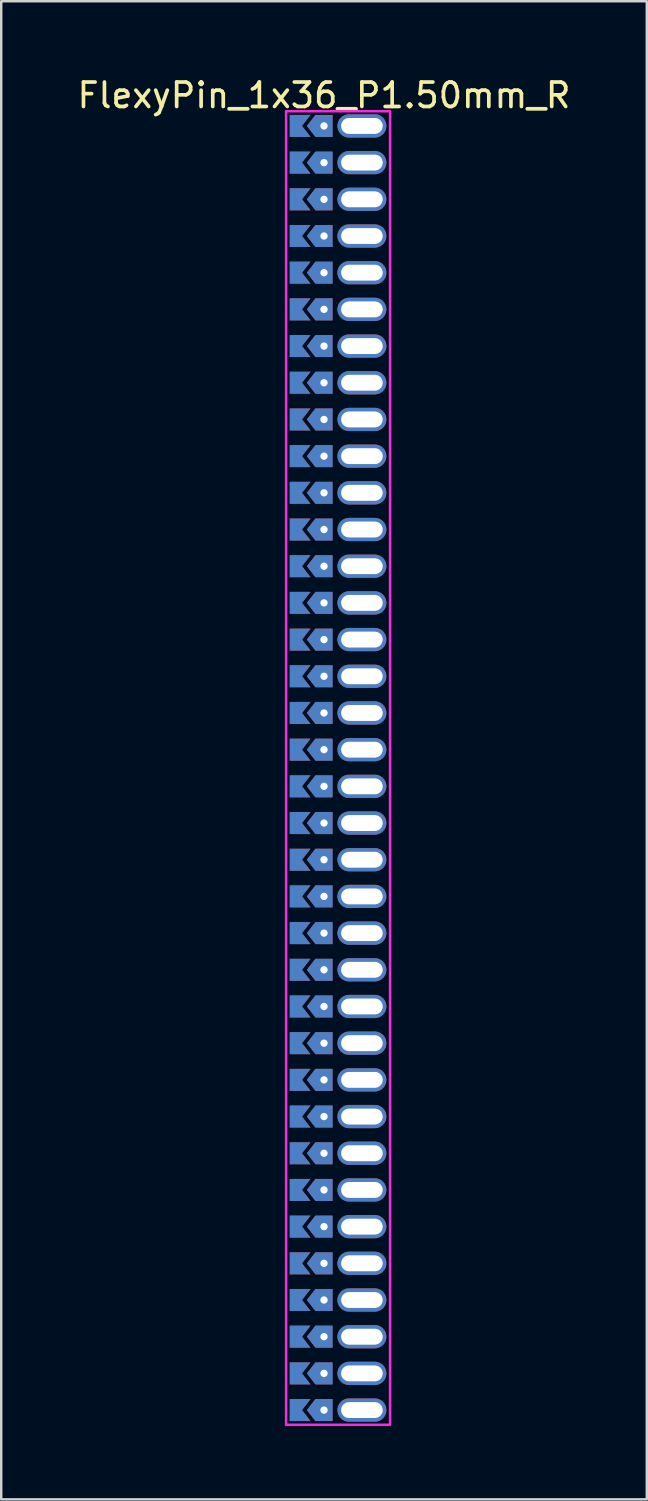
<source format=kicad_pcb>
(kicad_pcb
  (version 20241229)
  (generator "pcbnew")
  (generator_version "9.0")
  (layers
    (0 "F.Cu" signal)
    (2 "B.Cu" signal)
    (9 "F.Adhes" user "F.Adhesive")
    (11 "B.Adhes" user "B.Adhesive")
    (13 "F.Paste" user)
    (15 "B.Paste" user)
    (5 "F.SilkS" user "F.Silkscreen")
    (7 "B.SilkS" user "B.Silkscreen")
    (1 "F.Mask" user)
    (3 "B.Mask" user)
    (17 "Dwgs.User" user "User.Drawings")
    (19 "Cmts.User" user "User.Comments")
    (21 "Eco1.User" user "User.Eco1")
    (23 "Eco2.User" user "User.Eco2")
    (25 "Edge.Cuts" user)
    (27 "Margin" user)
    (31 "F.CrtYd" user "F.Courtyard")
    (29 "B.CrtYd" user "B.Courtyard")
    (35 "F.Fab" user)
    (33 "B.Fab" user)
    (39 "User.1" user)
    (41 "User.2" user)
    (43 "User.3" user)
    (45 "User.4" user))
  (footprint "FlexyPin_1x36_P1.50mm_R"
    (layer "F.Cu")
    (at 10.196 2.098)
    (property "Reference" "FlexyPin_1x36_P1.50mm_R" (at 0 -1.25 0) (layer "F.SilkS") (effects (font (size 1 1) (thickness 0.15))))
    (attr through_hole)
    (fp_line (start -1.55 -0.6) (end 2.7 -0.6) (stroke (width 0.1) (type solid)) (layer "F.CrtYd"))
    (fp_line (start -1.55 53.1) (end -1.55 -0.6) (stroke (width 0.1) (type solid)) (layer "F.CrtYd"))
    (fp_line (start 2.7 -0.6) (end 2.7 53.1) (stroke (width 0.1) (type solid)) (layer "F.CrtYd"))
    (fp_line (start 2.7 53.1) (end -1.55 53.1) (stroke (width 0.1) (type solid)) (layer "F.CrtYd"))
    (pad "" thru_hole custom (at 0 0) (size 0.3 0.3) (drill 0.6) (layers "*.Cu" "*.Mask") (options (anchor rect)) (primitives (gr_poly (pts (xy 0.35 0.45) (xy 0.35 -0.45) (xy -0.35 -0.45) (xy -0.7 0) (xy -0.35 0.45)) (width 0) (fill yes))))
    (pad "" thru_hole custom (at 0 1.5) (size 0.3 0.3) (drill 0.6) (layers "*.Cu" "*.Mask") (options (anchor rect)) (primitives (gr_poly (pts (xy 0.35 0.45) (xy 0.35 -0.45) (xy -0.35 -0.45) (xy -0.7 0) (xy -0.35 0.45)) (width 0) (fill yes))))
    (pad "" thru_hole custom (at 0 3) (size 0.3 0.3) (drill 0.6) (layers "*.Cu" "*.Mask") (options (anchor rect)) (primitives (gr_poly (pts (xy 0.35 0.45) (xy 0.35 -0.45) (xy -0.35 -0.45) (xy -0.7 0) (xy -0.35 0.45)) (width 0) (fill yes))))
    (pad "" thru_hole custom (at 0 4.5) (size 0.3 0.3) (drill 0.6) (layers "*.Cu" "*.Mask") (options (anchor rect)) (primitives (gr_poly (pts (xy 0.35 0.45) (xy 0.35 -0.45) (xy -0.35 -0.45) (xy -0.7 0) (xy -0.35 0.45)) (width 0) (fill yes))))
    (pad "" thru_hole custom (at 0 6) (size 0.3 0.3) (drill 0.6) (layers "*.Cu" "*.Mask") (options (anchor rect)) (primitives (gr_poly (pts (xy 0.35 0.45) (xy 0.35 -0.45) (xy -0.35 -0.45) (xy -0.7 0) (xy -0.35 0.45)) (width 0) (fill yes))))
    (pad "" thru_hole custom (at 0 7.5) (size 0.3 0.3) (drill 0.6) (layers "*.Cu" "*.Mask") (options (anchor rect)) (primitives (gr_poly (pts (xy 0.35 0.45) (xy 0.35 -0.45) (xy -0.35 -0.45) (xy -0.7 0) (xy -0.35 0.45)) (width 0) (fill yes))))
    (pad "" thru_hole custom (at 0 9) (size 0.3 0.3) (drill 0.6) (layers "*.Cu" "*.Mask") (options (anchor rect)) (primitives (gr_poly (pts (xy 0.35 0.45) (xy 0.35 -0.45) (xy -0.35 -0.45) (xy -0.7 0) (xy -0.35 0.45)) (width 0) (fill yes))))
    (pad "" thru_hole custom (at 0 10.5) (size 0.3 0.3) (drill 0.6) (layers "*.Cu" "*.Mask") (options (anchor rect)) (primitives (gr_poly (pts (xy 0.35 0.45) (xy 0.35 -0.45) (xy -0.35 -0.45) (xy -0.7 0) (xy -0.35 0.45)) (width 0) (fill yes))))
    (pad "" thru_hole custom (at 0 12) (size 0.3 0.3) (drill 0.6) (layers "*.Cu" "*.Mask") (options (anchor rect)) (primitives (gr_poly (pts (xy 0.35 0.45) (xy 0.35 -0.45) (xy -0.35 -0.45) (xy -0.7 0) (xy -0.35 0.45)) (width 0) (fill yes))))
    (pad "" thru_hole custom (at 0 13.5) (size 0.3 0.3) (drill 0.6) (layers "*.Cu" "*.Mask") (options (anchor rect)) (primitives (gr_poly (pts (xy 0.35 0.45) (xy 0.35 -0.45) (xy -0.35 -0.45) (xy -0.7 0) (xy -0.35 0.45)) (width 0) (fill yes))))
    (pad "" thru_hole custom (at 0 15) (size 0.3 0.3) (drill 0.6) (layers "*.Cu" "*.Mask") (options (anchor rect)) (primitives (gr_poly (pts (xy 0.35 0.45) (xy 0.35 -0.45) (xy -0.35 -0.45) (xy -0.7 0) (xy -0.35 0.45)) (width 0) (fill yes))))
    (pad "" thru_hole custom (at 0 16.5) (size 0.3 0.3) (drill 0.6) (layers "*.Cu" "*.Mask") (options (anchor rect)) (primitives (gr_poly (pts (xy 0.35 0.45) (xy 0.35 -0.45) (xy -0.35 -0.45) (xy -0.7 0) (xy -0.35 0.45)) (width 0) (fill yes))))
    (pad "" thru_hole custom (at 0 18) (size 0.3 0.3) (drill 0.6) (layers "*.Cu" "*.Mask") (options (anchor rect)) (primitives (gr_poly (pts (xy 0.35 0.45) (xy 0.35 -0.45) (xy -0.35 -0.45) (xy -0.7 0) (xy -0.35 0.45)) (width 0) (fill yes))))
    (pad "" thru_hole custom (at 0 19.5) (size 0.3 0.3) (drill 0.6) (layers "*.Cu" "*.Mask") (options (anchor rect)) (primitives (gr_poly (pts (xy 0.35 0.45) (xy 0.35 -0.45) (xy -0.35 -0.45) (xy -0.7 0) (xy -0.35 0.45)) (width 0) (fill yes))))
    (pad "" thru_hole custom (at 0 21) (size 0.3 0.3) (drill 0.6) (layers "*.Cu" "*.Mask") (options (anchor rect)) (primitives (gr_poly (pts (xy 0.35 0.45) (xy 0.35 -0.45) (xy -0.35 -0.45) (xy -0.7 0) (xy -0.35 0.45)) (width 0) (fill yes))))
    (pad "" thru_hole custom (at 0 22.5) (size 0.3 0.3) (drill 0.6) (layers "*.Cu" "*.Mask") (options (anchor rect)) (primitives (gr_poly (pts (xy 0.35 0.45) (xy 0.35 -0.45) (xy -0.35 -0.45) (xy -0.7 0) (xy -0.35 0.45)) (width 0) (fill yes))))
    (pad "" thru_hole custom (at 0 24) (size 0.3 0.3) (drill 0.6) (layers "*.Cu" "*.Mask") (options (anchor rect)) (primitives (gr_poly (pts (xy 0.35 0.45) (xy 0.35 -0.45) (xy -0.35 -0.45) (xy -0.7 0) (xy -0.35 0.45)) (width 0) (fill yes))))
    (pad "" thru_hole custom (at 0 25.5) (size 0.3 0.3) (drill 0.6) (layers "*.Cu" "*.Mask") (options (anchor rect)) (primitives (gr_poly (pts (xy 0.35 0.45) (xy 0.35 -0.45) (xy -0.35 -0.45) (xy -0.7 0) (xy -0.35 0.45)) (width 0) (fill yes))))
    (pad "" thru_hole custom (at 0 27) (size 0.3 0.3) (drill 0.6) (layers "*.Cu" "*.Mask") (options (anchor rect)) (primitives (gr_poly (pts (xy 0.35 0.45) (xy 0.35 -0.45) (xy -0.35 -0.45) (xy -0.7 0) (xy -0.35 0.45)) (width 0) (fill yes))))
    (pad "" thru_hole custom (at 0 28.5) (size 0.3 0.3) (drill 0.6) (layers "*.Cu" "*.Mask") (options (anchor rect)) (primitives (gr_poly (pts (xy 0.35 0.45) (xy 0.35 -0.45) (xy -0.35 -0.45) (xy -0.7 0) (xy -0.35 0.45)) (width 0) (fill yes))))
    (pad "" thru_hole custom (at 0 30) (size 0.3 0.3) (drill 0.6) (layers "*.Cu" "*.Mask") (options (anchor rect)) (primitives (gr_poly (pts (xy 0.35 0.45) (xy 0.35 -0.45) (xy -0.35 -0.45) (xy -0.7 0) (xy -0.35 0.45)) (width 0) (fill yes))))
    (pad "" thru_hole custom (at 0 31.5) (size 0.3 0.3) (drill 0.6) (layers "*.Cu" "*.Mask") (options (anchor rect)) (primitives (gr_poly (pts (xy 0.35 0.45) (xy 0.35 -0.45) (xy -0.35 -0.45) (xy -0.7 0) (xy -0.35 0.45)) (width 0) (fill yes))))
    (pad "" thru_hole custom (at 0 33) (size 0.3 0.3) (drill 0.6) (layers "*.Cu" "*.Mask") (options (anchor rect)) (primitives (gr_poly (pts (xy 0.35 0.45) (xy 0.35 -0.45) (xy -0.35 -0.45) (xy -0.7 0) (xy -0.35 0.45)) (width 0) (fill yes))))
    (pad "" thru_hole custom (at 0 34.5) (size 0.3 0.3) (drill 0.6) (layers "*.Cu" "*.Mask") (options (anchor rect)) (primitives (gr_poly (pts (xy 0.35 0.45) (xy 0.35 -0.45) (xy -0.35 -0.45) (xy -0.7 0) (xy -0.35 0.45)) (width 0) (fill yes))))
    (pad "" thru_hole custom (at 0 36) (size 0.3 0.3) (drill 0.6) (layers "*.Cu" "*.Mask") (options (anchor rect)) (primitives (gr_poly (pts (xy 0.35 0.45) (xy 0.35 -0.45) (xy -0.35 -0.45) (xy -0.7 0) (xy -0.35 0.45)) (width 0) (fill yes))))
    (pad "" thru_hole custom (at 0 37.5) (size 0.3 0.3) (drill 0.6) (layers "*.Cu" "*.Mask") (options (anchor rect)) (primitives (gr_poly (pts (xy 0.35 0.45) (xy 0.35 -0.45) (xy -0.35 -0.45) (xy -0.7 0) (xy -0.35 0.45)) (width 0) (fill yes))))
    (pad "" thru_hole custom (at 0 39) (size 0.3 0.3) (drill 0.6) (layers "*.Cu" "*.Mask") (options (anchor rect)) (primitives (gr_poly (pts (xy 0.35 0.45) (xy 0.35 -0.45) (xy -0.35 -0.45) (xy -0.7 0) (xy -0.35 0.45)) (width 0) (fill yes))))
    (pad "" thru_hole custom (at 0 40.5) (size 0.3 0.3) (drill 0.6) (layers "*.Cu" "*.Mask") (options (anchor rect)) (primitives (gr_poly (pts (xy 0.35 0.45) (xy 0.35 -0.45) (xy -0.35 -0.45) (xy -0.7 0) (xy -0.35 0.45)) (width 0) (fill yes))))
    (pad "" thru_hole custom (at 0 42) (size 0.3 0.3) (drill 0.6) (layers "*.Cu" "*.Mask") (options (anchor rect)) (primitives (gr_poly (pts (xy 0.35 0.45) (xy 0.35 -0.45) (xy -0.35 -0.45) (xy -0.7 0) (xy -0.35 0.45)) (width 0) (fill yes))))
    (pad "" thru_hole custom (at 0 43.5) (size 0.3 0.3) (drill 0.6) (layers "*.Cu" "*.Mask") (options (anchor rect)) (primitives (gr_poly (pts (xy 0.35 0.45) (xy 0.35 -0.45) (xy -0.35 -0.45) (xy -0.7 0) (xy -0.35 0.45)) (width 0) (fill yes))))
    (pad "" thru_hole custom (at 0 45) (size 0.3 0.3) (drill 0.6) (layers "*.Cu" "*.Mask") (options (anchor rect)) (primitives (gr_poly (pts (xy 0.35 0.45) (xy 0.35 -0.45) (xy -0.35 -0.45) (xy -0.7 0) (xy -0.35 0.45)) (width 0) (fill yes))))
    (pad "" thru_hole custom (at 0 46.5) (size 0.3 0.3) (drill 0.6) (layers "*.Cu" "*.Mask") (options (anchor rect)) (primitives (gr_poly (pts (xy 0.35 0.45) (xy 0.35 -0.45) (xy -0.35 -0.45) (xy -0.7 0) (xy -0.35 0.45)) (width 0) (fill yes))))
    (pad "" thru_hole custom (at 0 48) (size 0.3 0.3) (drill 0.6) (layers "*.Cu" "*.Mask") (options (anchor rect)) (primitives (gr_poly (pts (xy 0.35 0.45) (xy 0.35 -0.45) (xy -0.35 -0.45) (xy -0.7 0) (xy -0.35 0.45)) (width 0) (fill yes))))
    (pad "" thru_hole custom (at 0 49.5) (size 0.3 0.3) (drill 0.6) (layers "*.Cu" "*.Mask") (options (anchor rect)) (primitives (gr_poly (pts (xy 0.35 0.45) (xy 0.35 -0.45) (xy -0.35 -0.45) (xy -0.7 0) (xy -0.35 0.45)) (width 0) (fill yes))))
    (pad "" thru_hole custom (at 0 51) (size 0.3 0.3) (drill 0.6) (layers "*.Cu" "*.Mask") (options (anchor rect)) (primitives (gr_poly (pts (xy 0.35 0.45) (xy 0.35 -0.45) (xy -0.35 -0.45) (xy -0.7 0) (xy -0.35 0.45)) (width 0) (fill yes))))
    (pad "" thru_hole custom (at 0 52.5) (size 0.3 0.3) (drill 0.6) (layers "*.Cu" "*.Mask") (options (anchor rect)) (primitives (gr_poly (pts (xy 0.35 0.45) (xy 0.35 -0.45) (xy -0.35 -0.45) (xy -0.7 0) (xy -0.35 0.45)) (width 0) (fill yes))))
    (pad "" thru_hole oval (at 1.55 0) (size 2 0.95) (drill oval 1.7 0.65) (layers "*.Cu" "*.Mask"))
    (pad "" thru_hole oval (at 1.55 1.5) (size 2 0.95) (drill oval 1.7 0.65) (layers "*.Cu" "*.Mask"))
    (pad "" thru_hole oval (at 1.55 3) (size 2 0.95) (drill oval 1.7 0.65) (layers "*.Cu" "*.Mask"))
    (pad "" thru_hole oval (at 1.55 4.5) (size 2 0.95) (drill oval 1.7 0.65) (layers "*.Cu" "*.Mask"))
    (pad "" thru_hole oval (at 1.55 6) (size 2 0.95) (drill oval 1.7 0.65) (layers "*.Cu" "*.Mask"))
    (pad "" thru_hole oval (at 1.55 7.5) (size 2 0.95) (drill oval 1.7 0.65) (layers "*.Cu" "*.Mask"))
    (pad "" thru_hole oval (at 1.55 9) (size 2 0.95) (drill oval 1.7 0.65) (layers "*.Cu" "*.Mask"))
    (pad "" thru_hole oval (at 1.55 10.5) (size 2 0.95) (drill oval 1.7 0.65) (layers "*.Cu" "*.Mask"))
    (pad "" thru_hole oval (at 1.55 12) (size 2 0.95) (drill oval 1.7 0.65) (layers "*.Cu" "*.Mask"))
    (pad "" thru_hole oval (at 1.55 13.5) (size 2 0.95) (drill oval 1.7 0.65) (layers "*.Cu" "*.Mask"))
    (pad "" thru_hole oval (at 1.55 15) (size 2 0.95) (drill oval 1.7 0.65) (layers "*.Cu" "*.Mask"))
    (pad "" thru_hole oval (at 1.55 16.5) (size 2 0.95) (drill oval 1.7 0.65) (layers "*.Cu" "*.Mask"))
    (pad "" thru_hole oval (at 1.55 18) (size 2 0.95) (drill oval 1.7 0.65) (layers "*.Cu" "*.Mask"))
    (pad "" thru_hole oval (at 1.55 19.5) (size 2 0.95) (drill oval 1.7 0.65) (layers "*.Cu" "*.Mask"))
    (pad "" thru_hole oval (at 1.55 21) (size 2 0.95) (drill oval 1.7 0.65) (layers "*.Cu" "*.Mask"))
    (pad "" thru_hole oval (at 1.55 22.5) (size 2 0.95) (drill oval 1.7 0.65) (layers "*.Cu" "*.Mask"))
    (pad "" thru_hole oval (at 1.55 24) (size 2 0.95) (drill oval 1.7 0.65) (layers "*.Cu" "*.Mask"))
    (pad "" thru_hole oval (at 1.55 25.5) (size 2 0.95) (drill oval 1.7 0.65) (layers "*.Cu" "*.Mask"))
    (pad "" thru_hole oval (at 1.55 27) (size 2 0.95) (drill oval 1.7 0.65) (layers "*.Cu" "*.Mask"))
    (pad "" thru_hole oval (at 1.55 28.5) (size 2 0.95) (drill oval 1.7 0.65) (layers "*.Cu" "*.Mask"))
    (pad "" thru_hole oval (at 1.55 30) (size 2 0.95) (drill oval 1.7 0.65) (layers "*.Cu" "*.Mask"))
    (pad "" thru_hole oval (at 1.55 31.5) (size 2 0.95) (drill oval 1.7 0.65) (layers "*.Cu" "*.Mask"))
    (pad "" thru_hole oval (at 1.55 33) (size 2 0.95) (drill oval 1.7 0.65) (layers "*.Cu" "*.Mask"))
    (pad "" thru_hole oval (at 1.55 34.5) (size 2 0.95) (drill oval 1.7 0.65) (layers "*.Cu" "*.Mask"))
    (pad "" thru_hole oval (at 1.55 36) (size 2 0.95) (drill oval 1.7 0.65) (layers "*.Cu" "*.Mask"))
    (pad "" thru_hole oval (at 1.55 37.5) (size 2 0.95) (drill oval 1.7 0.65) (layers "*.Cu" "*.Mask"))
    (pad "" thru_hole oval (at 1.55 39) (size 2 0.95) (drill oval 1.7 0.65) (layers "*.Cu" "*.Mask"))
    (pad "" thru_hole oval (at 1.55 40.5) (size 2 0.95) (drill oval 1.7 0.65) (layers "*.Cu" "*.Mask"))
    (pad "" thru_hole oval (at 1.55 42) (size 2 0.95) (drill oval 1.7 0.65) (layers "*.Cu" "*.Mask"))
    (pad "" thru_hole oval (at 1.55 43.5) (size 2 0.95) (drill oval 1.7 0.65) (layers "*.Cu" "*.Mask"))
    (pad "" thru_hole oval (at 1.55 45) (size 2 0.95) (drill oval 1.7 0.65) (layers "*.Cu" "*.Mask"))
    (pad "" thru_hole oval (at 1.55 46.5) (size 2 0.95) (drill oval 1.7 0.65) (layers "*.Cu" "*.Mask"))
    (pad "" thru_hole oval (at 1.55 48) (size 2 0.95) (drill oval 1.7 0.65) (layers "*.Cu" "*.Mask"))
    (pad "" thru_hole oval (at 1.55 49.5) (size 2 0.95) (drill oval 1.7 0.65) (layers "*.Cu" "*.Mask"))
    (pad "" thru_hole oval (at 1.55 51) (size 2 0.95) (drill oval 1.7 0.65) (layers "*.Cu" "*.Mask"))
    (pad "" thru_hole oval (at 1.55 52.5) (size 2 0.95) (drill oval 1.7 0.65) (layers "*.Cu" "*.Mask"))
    (pad "1" smd custom (at -0.9 0) (size 0.01 0.01) (layers "F.Cu" "F.Mask") (options (anchor rect)) (primitives (gr_poly (pts (xy 0 0) (xy 0.35 0.45) (xy -0.5 0.45) (xy -0.5 -0.45) (xy 0.35 -0.45)) (width 0) (fill yes))))
    (pad "1" smd custom (at -0.9 1.5) (size 0.01 0.01) (layers "F.Cu" "F.Mask") (options (anchor rect)) (primitives (gr_poly (pts (xy 0 0) (xy 0.35 0.45) (xy -0.5 0.45) (xy -0.5 -0.45) (xy 0.35 -0.45)) (width 0) (fill yes))))
    (pad "1" smd custom (at -0.9 3) (size 0.01 0.01) (layers "F.Cu" "F.Mask") (options (anchor rect)) (primitives (gr_poly (pts (xy 0 0) (xy 0.35 0.45) (xy -0.5 0.45) (xy -0.5 -0.45) (xy 0.35 -0.45)) (width 0) (fill yes))))
    (pad "1" smd custom (at -0.9 4.5) (size 0.01 0.01) (layers "F.Cu" "F.Mask") (options (anchor rect)) (primitives (gr_poly (pts (xy 0 0) (xy 0.35 0.45) (xy -0.5 0.45) (xy -0.5 -0.45) (xy 0.35 -0.45)) (width 0) (fill yes))))
    (pad "1" smd custom (at -0.9 6) (size 0.01 0.01) (layers "F.Cu" "F.Mask") (options (anchor rect)) (primitives (gr_poly (pts (xy 0 0) (xy 0.35 0.45) (xy -0.5 0.45) (xy -0.5 -0.45) (xy 0.35 -0.45)) (width 0) (fill yes))))
    (pad "1" smd custom (at -0.9 7.5) (size 0.01 0.01) (layers "F.Cu" "F.Mask") (options (anchor rect)) (primitives (gr_poly (pts (xy 0 0) (xy 0.35 0.45) (xy -0.5 0.45) (xy -0.5 -0.45) (xy 0.35 -0.45)) (width 0) (fill yes))))
    (pad "1" smd custom (at -0.9 9) (size 0.01 0.01) (layers "F.Cu" "F.Mask") (options (anchor rect)) (primitives (gr_poly (pts (xy 0 0) (xy 0.35 0.45) (xy -0.5 0.45) (xy -0.5 -0.45) (xy 0.35 -0.45)) (width 0) (fill yes))))
    (pad "1" smd custom (at -0.9 10.5) (size 0.01 0.01) (layers "F.Cu" "F.Mask") (options (anchor rect)) (primitives (gr_poly (pts (xy 0 0) (xy 0.35 0.45) (xy -0.5 0.45) (xy -0.5 -0.45) (xy 0.35 -0.45)) (width 0) (fill yes))))
    (pad "1" smd custom (at -0.9 12) (size 0.01 0.01) (layers "F.Cu" "F.Mask") (options (anchor rect)) (primitives (gr_poly (pts (xy 0 0) (xy 0.35 0.45) (xy -0.5 0.45) (xy -0.5 -0.45) (xy 0.35 -0.45)) (width 0) (fill yes))))
    (pad "1" smd custom (at -0.9 13.5) (size 0.01 0.01) (layers "F.Cu" "F.Mask") (options (anchor rect)) (primitives (gr_poly (pts (xy 0 0) (xy 0.35 0.45) (xy -0.5 0.45) (xy -0.5 -0.45) (xy 0.35 -0.45)) (width 0) (fill yes))))
    (pad "1" smd custom (at -0.9 15) (size 0.01 0.01) (layers "F.Cu" "F.Mask") (options (anchor rect)) (primitives (gr_poly (pts (xy 0 0) (xy 0.35 0.45) (xy -0.5 0.45) (xy -0.5 -0.45) (xy 0.35 -0.45)) (width 0) (fill yes))))
    (pad "1" smd custom (at -0.9 16.5) (size 0.01 0.01) (layers "F.Cu" "F.Mask") (options (anchor rect)) (primitives (gr_poly (pts (xy 0 0) (xy 0.35 0.45) (xy -0.5 0.45) (xy -0.5 -0.45) (xy 0.35 -0.45)) (width 0) (fill yes))))
    (pad "1" smd custom (at -0.9 18) (size 0.01 0.01) (layers "F.Cu" "F.Mask") (options (anchor rect)) (primitives (gr_poly (pts (xy 0 0) (xy 0.35 0.45) (xy -0.5 0.45) (xy -0.5 -0.45) (xy 0.35 -0.45)) (width 0) (fill yes))))
    (pad "1" smd custom (at -0.9 19.5) (size 0.01 0.01) (layers "F.Cu" "F.Mask") (options (anchor rect)) (primitives (gr_poly (pts (xy 0 0) (xy 0.35 0.45) (xy -0.5 0.45) (xy -0.5 -0.45) (xy 0.35 -0.45)) (width 0) (fill yes))))
    (pad "1" smd custom (at -0.9 21) (size 0.01 0.01) (layers "F.Cu" "F.Mask") (options (anchor rect)) (primitives (gr_poly (pts (xy 0 0) (xy 0.35 0.45) (xy -0.5 0.45) (xy -0.5 -0.45) (xy 0.35 -0.45)) (width 0) (fill yes))))
    (pad "1" smd custom (at -0.9 22.5) (size 0.01 0.01) (layers "F.Cu" "F.Mask") (options (anchor rect)) (primitives (gr_poly (pts (xy 0 0) (xy 0.35 0.45) (xy -0.5 0.45) (xy -0.5 -0.45) (xy 0.35 -0.45)) (width 0) (fill yes))))
    (pad "1" smd custom (at -0.9 24) (size 0.01 0.01) (layers "F.Cu" "F.Mask") (options (anchor rect)) (primitives (gr_poly (pts (xy 0 0) (xy 0.35 0.45) (xy -0.5 0.45) (xy -0.5 -0.45) (xy 0.35 -0.45)) (width 0) (fill yes))))
    (pad "1" smd custom (at -0.9 25.5) (size 0.01 0.01) (layers "F.Cu" "F.Mask") (options (anchor rect)) (primitives (gr_poly (pts (xy 0 0) (xy 0.35 0.45) (xy -0.5 0.45) (xy -0.5 -0.45) (xy 0.35 -0.45)) (width 0) (fill yes))))
    (pad "1" smd custom (at -0.9 27) (size 0.01 0.01) (layers "F.Cu" "F.Mask") (options (anchor rect)) (primitives (gr_poly (pts (xy 0 0) (xy 0.35 0.45) (xy -0.5 0.45) (xy -0.5 -0.45) (xy 0.35 -0.45)) (width 0) (fill yes))))
    (pad "1" smd custom (at -0.9 28.5) (size 0.01 0.01) (layers "F.Cu" "F.Mask") (options (anchor rect)) (primitives (gr_poly (pts (xy 0 0) (xy 0.35 0.45) (xy -0.5 0.45) (xy -0.5 -0.45) (xy 0.35 -0.45)) (width 0) (fill yes))))
    (pad "1" smd custom (at -0.9 30) (size 0.01 0.01) (layers "F.Cu" "F.Mask") (options (anchor rect)) (primitives (gr_poly (pts (xy 0 0) (xy 0.35 0.45) (xy -0.5 0.45) (xy -0.5 -0.45) (xy 0.35 -0.45)) (width 0) (fill yes))))
    (pad "1" smd custom (at -0.9 31.5) (size 0.01 0.01) (layers "F.Cu" "F.Mask") (options (anchor rect)) (primitives (gr_poly (pts (xy 0 0) (xy 0.35 0.45) (xy -0.5 0.45) (xy -0.5 -0.45) (xy 0.35 -0.45)) (width 0) (fill yes))))
    (pad "1" smd custom (at -0.9 33) (size 0.01 0.01) (layers "F.Cu" "F.Mask") (options (anchor rect)) (primitives (gr_poly (pts (xy 0 0) (xy 0.35 0.45) (xy -0.5 0.45) (xy -0.5 -0.45) (xy 0.35 -0.45)) (width 0) (fill yes))))
    (pad "1" smd custom (at -0.9 34.5) (size 0.01 0.01) (layers "F.Cu" "F.Mask") (options (anchor rect)) (primitives (gr_poly (pts (xy 0 0) (xy 0.35 0.45) (xy -0.5 0.45) (xy -0.5 -0.45) (xy 0.35 -0.45)) (width 0) (fill yes))))
    (pad "1" smd custom (at -0.9 36) (size 0.01 0.01) (layers "F.Cu" "F.Mask") (options (anchor rect)) (primitives (gr_poly (pts (xy 0 0) (xy 0.35 0.45) (xy -0.5 0.45) (xy -0.5 -0.45) (xy 0.35 -0.45)) (width 0) (fill yes))))
    (pad "1" smd custom (at -0.9 37.5) (size 0.01 0.01) (layers "F.Cu" "F.Mask") (options (anchor rect)) (primitives (gr_poly (pts (xy 0 0) (xy 0.35 0.45) (xy -0.5 0.45) (xy -0.5 -0.45) (xy 0.35 -0.45)) (width 0) (fill yes))))
    (pad "1" smd custom (at -0.9 39) (size 0.01 0.01) (layers "F.Cu" "F.Mask") (options (anchor rect)) (primitives (gr_poly (pts (xy 0 0) (xy 0.35 0.45) (xy -0.5 0.45) (xy -0.5 -0.45) (xy 0.35 -0.45)) (width 0) (fill yes))))
    (pad "1" smd custom (at -0.9 40.5) (size 0.01 0.01) (layers "F.Cu" "F.Mask") (options (anchor rect)) (primitives (gr_poly (pts (xy 0 0) (xy 0.35 0.45) (xy -0.5 0.45) (xy -0.5 -0.45) (xy 0.35 -0.45)) (width 0) (fill yes))))
    (pad "1" smd custom (at -0.9 42) (size 0.01 0.01) (layers "F.Cu" "F.Mask") (options (anchor rect)) (primitives (gr_poly (pts (xy 0 0) (xy 0.35 0.45) (xy -0.5 0.45) (xy -0.5 -0.45) (xy 0.35 -0.45)) (width 0) (fill yes))))
    (pad "1" smd custom (at -0.9 43.5) (size 0.01 0.01) (layers "F.Cu" "F.Mask") (options (anchor rect)) (primitives (gr_poly (pts (xy 0 0) (xy 0.35 0.45) (xy -0.5 0.45) (xy -0.5 -0.45) (xy 0.35 -0.45)) (width 0) (fill yes))))
    (pad "1" smd custom (at -0.9 45) (size 0.01 0.01) (layers "F.Cu" "F.Mask") (options (anchor rect)) (primitives (gr_poly (pts (xy 0 0) (xy 0.35 0.45) (xy -0.5 0.45) (xy -0.5 -0.45) (xy 0.35 -0.45)) (width 0) (fill yes))))
    (pad "1" smd custom (at -0.9 46.5) (size 0.01 0.01) (layers "F.Cu" "F.Mask") (options (anchor rect)) (primitives (gr_poly (pts (xy 0 0) (xy 0.35 0.45) (xy -0.5 0.45) (xy -0.5 -0.45) (xy 0.35 -0.45)) (width 0) (fill yes))))
    (pad "1" smd custom (at -0.9 48) (size 0.01 0.01) (layers "F.Cu" "F.Mask") (options (anchor rect)) (primitives (gr_poly (pts (xy 0 0) (xy 0.35 0.45) (xy -0.5 0.45) (xy -0.5 -0.45) (xy 0.35 -0.45)) (width 0) (fill yes))))
    (pad "1" smd custom (at -0.9 49.5) (size 0.01 0.01) (layers "F.Cu" "F.Mask") (options (anchor rect)) (primitives (gr_poly (pts (xy 0 0) (xy 0.35 0.45) (xy -0.5 0.45) (xy -0.5 -0.45) (xy 0.35 -0.45)) (width 0) (fill yes))))
    (pad "1" smd custom (at -0.9 51) (size 0.01 0.01) (layers "F.Cu" "F.Mask") (options (anchor rect)) (primitives (gr_poly (pts (xy 0 0) (xy 0.35 0.45) (xy -0.5 0.45) (xy -0.5 -0.45) (xy 0.35 -0.45)) (width 0) (fill yes))))
    (pad "1" smd custom (at -0.9 52.5) (size 0.01 0.01) (layers "F.Cu" "F.Mask") (options (anchor rect)) (primitives (gr_poly (pts (xy 0 0) (xy 0.35 0.45) (xy -0.5 0.45) (xy -0.5 -0.45) (xy 0.35 -0.45)) (width 0) (fill yes))))
    (pad "2" smd custom (at -0.9 0) (size 0.01 0.01) (layers "B.Cu" "B.Mask") (options (anchor rect)) (primitives (gr_poly (pts (xy 0 0) (xy 0.35 0.45) (xy -0.5 0.45) (xy -0.5 -0.45) (xy 0.35 -0.45)) (width 0) (fill yes))))
    (pad "2" smd custom (at -0.9 1.5) (size 0.01 0.01) (layers "B.Cu" "B.Mask") (options (anchor rect)) (primitives (gr_poly (pts (xy 0 0) (xy 0.35 0.45) (xy -0.5 0.45) (xy -0.5 -0.45) (xy 0.35 -0.45)) (width 0) (fill yes))))
    (pad "2" smd custom (at -0.9 3) (size 0.01 0.01) (layers "B.Cu" "B.Mask") (options (anchor rect)) (primitives (gr_poly (pts (xy 0 0) (xy 0.35 0.45) (xy -0.5 0.45) (xy -0.5 -0.45) (xy 0.35 -0.45)) (width 0) (fill yes))))
    (pad "2" smd custom (at -0.9 4.5) (size 0.01 0.01) (layers "B.Cu" "B.Mask") (options (anchor rect)) (primitives (gr_poly (pts (xy 0 0) (xy 0.35 0.45) (xy -0.5 0.45) (xy -0.5 -0.45) (xy 0.35 -0.45)) (width 0) (fill yes))))
    (pad "2" smd custom (at -0.9 6) (size 0.01 0.01) (layers "B.Cu" "B.Mask") (options (anchor rect)) (primitives (gr_poly (pts (xy 0 0) (xy 0.35 0.45) (xy -0.5 0.45) (xy -0.5 -0.45) (xy 0.35 -0.45)) (width 0) (fill yes))))
    (pad "2" smd custom (at -0.9 7.5) (size 0.01 0.01) (layers "B.Cu" "B.Mask") (options (anchor rect)) (primitives (gr_poly (pts (xy 0 0) (xy 0.35 0.45) (xy -0.5 0.45) (xy -0.5 -0.45) (xy 0.35 -0.45)) (width 0) (fill yes))))
    (pad "2" smd custom (at -0.9 9) (size 0.01 0.01) (layers "B.Cu" "B.Mask") (options (anchor rect)) (primitives (gr_poly (pts (xy 0 0) (xy 0.35 0.45) (xy -0.5 0.45) (xy -0.5 -0.45) (xy 0.35 -0.45)) (width 0) (fill yes))))
    (pad "2" smd custom (at -0.9 10.5) (size 0.01 0.01) (layers "B.Cu" "B.Mask") (options (anchor rect)) (primitives (gr_poly (pts (xy 0 0) (xy 0.35 0.45) (xy -0.5 0.45) (xy -0.5 -0.45) (xy 0.35 -0.45)) (width 0) (fill yes))))
    (pad "2" smd custom (at -0.9 12) (size 0.01 0.01) (layers "B.Cu" "B.Mask") (options (anchor rect)) (primitives (gr_poly (pts (xy 0 0) (xy 0.35 0.45) (xy -0.5 0.45) (xy -0.5 -0.45) (xy 0.35 -0.45)) (width 0) (fill yes))))
    (pad "2" smd custom (at -0.9 13.5) (size 0.01 0.01) (layers "B.Cu" "B.Mask") (options (anchor rect)) (primitives (gr_poly (pts (xy 0 0) (xy 0.35 0.45) (xy -0.5 0.45) (xy -0.5 -0.45) (xy 0.35 -0.45)) (width 0) (fill yes))))
    (pad "2" smd custom (at -0.9 15) (size 0.01 0.01) (layers "B.Cu" "B.Mask") (options (anchor rect)) (primitives (gr_poly (pts (xy 0 0) (xy 0.35 0.45) (xy -0.5 0.45) (xy -0.5 -0.45) (xy 0.35 -0.45)) (width 0) (fill yes))))
    (pad "2" smd custom (at -0.9 16.5) (size 0.01 0.01) (layers "B.Cu" "B.Mask") (options (anchor rect)) (primitives (gr_poly (pts (xy 0 0) (xy 0.35 0.45) (xy -0.5 0.45) (xy -0.5 -0.45) (xy 0.35 -0.45)) (width 0) (fill yes))))
    (pad "2" smd custom (at -0.9 18) (size 0.01 0.01) (layers "B.Cu" "B.Mask") (options (anchor rect)) (primitives (gr_poly (pts (xy 0 0) (xy 0.35 0.45) (xy -0.5 0.45) (xy -0.5 -0.45) (xy 0.35 -0.45)) (width 0) (fill yes))))
    (pad "2" smd custom (at -0.9 19.5) (size 0.01 0.01) (layers "B.Cu" "B.Mask") (options (anchor rect)) (primitives (gr_poly (pts (xy 0 0) (xy 0.35 0.45) (xy -0.5 0.45) (xy -0.5 -0.45) (xy 0.35 -0.45)) (width 0) (fill yes))))
    (pad "2" smd custom (at -0.9 21) (size 0.01 0.01) (layers "B.Cu" "B.Mask") (options (anchor rect)) (primitives (gr_poly (pts (xy 0 0) (xy 0.35 0.45) (xy -0.5 0.45) (xy -0.5 -0.45) (xy 0.35 -0.45)) (width 0) (fill yes))))
    (pad "2" smd custom (at -0.9 22.5) (size 0.01 0.01) (layers "B.Cu" "B.Mask") (options (anchor rect)) (primitives (gr_poly (pts (xy 0 0) (xy 0.35 0.45) (xy -0.5 0.45) (xy -0.5 -0.45) (xy 0.35 -0.45)) (width 0) (fill yes))))
    (pad "2" smd custom (at -0.9 24) (size 0.01 0.01) (layers "B.Cu" "B.Mask") (options (anchor rect)) (primitives (gr_poly (pts (xy 0 0) (xy 0.35 0.45) (xy -0.5 0.45) (xy -0.5 -0.45) (xy 0.35 -0.45)) (width 0) (fill yes))))
    (pad "2" smd custom (at -0.9 25.5) (size 0.01 0.01) (layers "B.Cu" "B.Mask") (options (anchor rect)) (primitives (gr_poly (pts (xy 0 0) (xy 0.35 0.45) (xy -0.5 0.45) (xy -0.5 -0.45) (xy 0.35 -0.45)) (width 0) (fill yes))))
    (pad "2" smd custom (at -0.9 27) (size 0.01 0.01) (layers "B.Cu" "B.Mask") (options (anchor rect)) (primitives (gr_poly (pts (xy 0 0) (xy 0.35 0.45) (xy -0.5 0.45) (xy -0.5 -0.45) (xy 0.35 -0.45)) (width 0) (fill yes))))
    (pad "2" smd custom (at -0.9 28.5) (size 0.01 0.01) (layers "B.Cu" "B.Mask") (options (anchor rect)) (primitives (gr_poly (pts (xy 0 0) (xy 0.35 0.45) (xy -0.5 0.45) (xy -0.5 -0.45) (xy 0.35 -0.45)) (width 0) (fill yes))))
    (pad "2" smd custom (at -0.9 30) (size 0.01 0.01) (layers "B.Cu" "B.Mask") (options (anchor rect)) (primitives (gr_poly (pts (xy 0 0) (xy 0.35 0.45) (xy -0.5 0.45) (xy -0.5 -0.45) (xy 0.35 -0.45)) (width 0) (fill yes))))
    (pad "2" smd custom (at -0.9 31.5) (size 0.01 0.01) (layers "B.Cu" "B.Mask") (options (anchor rect)) (primitives (gr_poly (pts (xy 0 0) (xy 0.35 0.45) (xy -0.5 0.45) (xy -0.5 -0.45) (xy 0.35 -0.45)) (width 0) (fill yes))))
    (pad "2" smd custom (at -0.9 33) (size 0.01 0.01) (layers "B.Cu" "B.Mask") (options (anchor rect)) (primitives (gr_poly (pts (xy 0 0) (xy 0.35 0.45) (xy -0.5 0.45) (xy -0.5 -0.45) (xy 0.35 -0.45)) (width 0) (fill yes))))
    (pad "2" smd custom (at -0.9 34.5) (size 0.01 0.01) (layers "B.Cu" "B.Mask") (options (anchor rect)) (primitives (gr_poly (pts (xy 0 0) (xy 0.35 0.45) (xy -0.5 0.45) (xy -0.5 -0.45) (xy 0.35 -0.45)) (width 0) (fill yes))))
    (pad "2" smd custom (at -0.9 36) (size 0.01 0.01) (layers "B.Cu" "B.Mask") (options (anchor rect)) (primitives (gr_poly (pts (xy 0 0) (xy 0.35 0.45) (xy -0.5 0.45) (xy -0.5 -0.45) (xy 0.35 -0.45)) (width 0) (fill yes))))
    (pad "2" smd custom (at -0.9 37.5) (size 0.01 0.01) (layers "B.Cu" "B.Mask") (options (anchor rect)) (primitives (gr_poly (pts (xy 0 0) (xy 0.35 0.45) (xy -0.5 0.45) (xy -0.5 -0.45) (xy 0.35 -0.45)) (width 0) (fill yes))))
    (pad "2" smd custom (at -0.9 39) (size 0.01 0.01) (layers "B.Cu" "B.Mask") (options (anchor rect)) (primitives (gr_poly (pts (xy 0 0) (xy 0.35 0.45) (xy -0.5 0.45) (xy -0.5 -0.45) (xy 0.35 -0.45)) (width 0) (fill yes))))
    (pad "2" smd custom (at -0.9 40.5) (size 0.01 0.01) (layers "B.Cu" "B.Mask") (options (anchor rect)) (primitives (gr_poly (pts (xy 0 0) (xy 0.35 0.45) (xy -0.5 0.45) (xy -0.5 -0.45) (xy 0.35 -0.45)) (width 0) (fill yes))))
    (pad "2" smd custom (at -0.9 42) (size 0.01 0.01) (layers "B.Cu" "B.Mask") (options (anchor rect)) (primitives (gr_poly (pts (xy 0 0) (xy 0.35 0.45) (xy -0.5 0.45) (xy -0.5 -0.45) (xy 0.35 -0.45)) (width 0) (fill yes))))
    (pad "2" smd custom (at -0.9 43.5) (size 0.01 0.01) (layers "B.Cu" "B.Mask") (options (anchor rect)) (primitives (gr_poly (pts (xy 0 0) (xy 0.35 0.45) (xy -0.5 0.45) (xy -0.5 -0.45) (xy 0.35 -0.45)) (width 0) (fill yes))))
    (pad "2" smd custom (at -0.9 45) (size 0.01 0.01) (layers "B.Cu" "B.Mask") (options (anchor rect)) (primitives (gr_poly (pts (xy 0 0) (xy 0.35 0.45) (xy -0.5 0.45) (xy -0.5 -0.45) (xy 0.35 -0.45)) (width 0) (fill yes))))
    (pad "2" smd custom (at -0.9 46.5) (size 0.01 0.01) (layers "B.Cu" "B.Mask") (options (anchor rect)) (primitives (gr_poly (pts (xy 0 0) (xy 0.35 0.45) (xy -0.5 0.45) (xy -0.5 -0.45) (xy 0.35 -0.45)) (width 0) (fill yes))))
    (pad "2" smd custom (at -0.9 48) (size 0.01 0.01) (layers "B.Cu" "B.Mask") (options (anchor rect)) (primitives (gr_poly (pts (xy 0 0) (xy 0.35 0.45) (xy -0.5 0.45) (xy -0.5 -0.45) (xy 0.35 -0.45)) (width 0) (fill yes))))
    (pad "2" smd custom (at -0.9 49.5) (size 0.01 0.01) (layers "B.Cu" "B.Mask") (options (anchor rect)) (primitives (gr_poly (pts (xy 0 0) (xy 0.35 0.45) (xy -0.5 0.45) (xy -0.5 -0.45) (xy 0.35 -0.45)) (width 0) (fill yes))))
    (pad "2" smd custom (at -0.9 51) (size 0.01 0.01) (layers "B.Cu" "B.Mask") (options (anchor rect)) (primitives (gr_poly (pts (xy 0 0) (xy 0.35 0.45) (xy -0.5 0.45) (xy -0.5 -0.45) (xy 0.35 -0.45)) (width 0) (fill yes))))
    (pad "2" smd custom (at -0.9 52.5) (size 0.01 0.01) (layers "B.Cu" "B.Mask") (options (anchor rect)) (primitives (gr_poly (pts (xy 0 0) (xy 0.35 0.45) (xy -0.5 0.45) (xy -0.5 -0.45) (xy 0.35 -0.45)) (width 0) (fill yes)))))
  (gr_rect
    (start -3 -3)
    (end 23.393 58.248)
    (stroke (width 0.1) (type default))
    (fill no)
    (layer "Edge.Cuts")))
</source>
